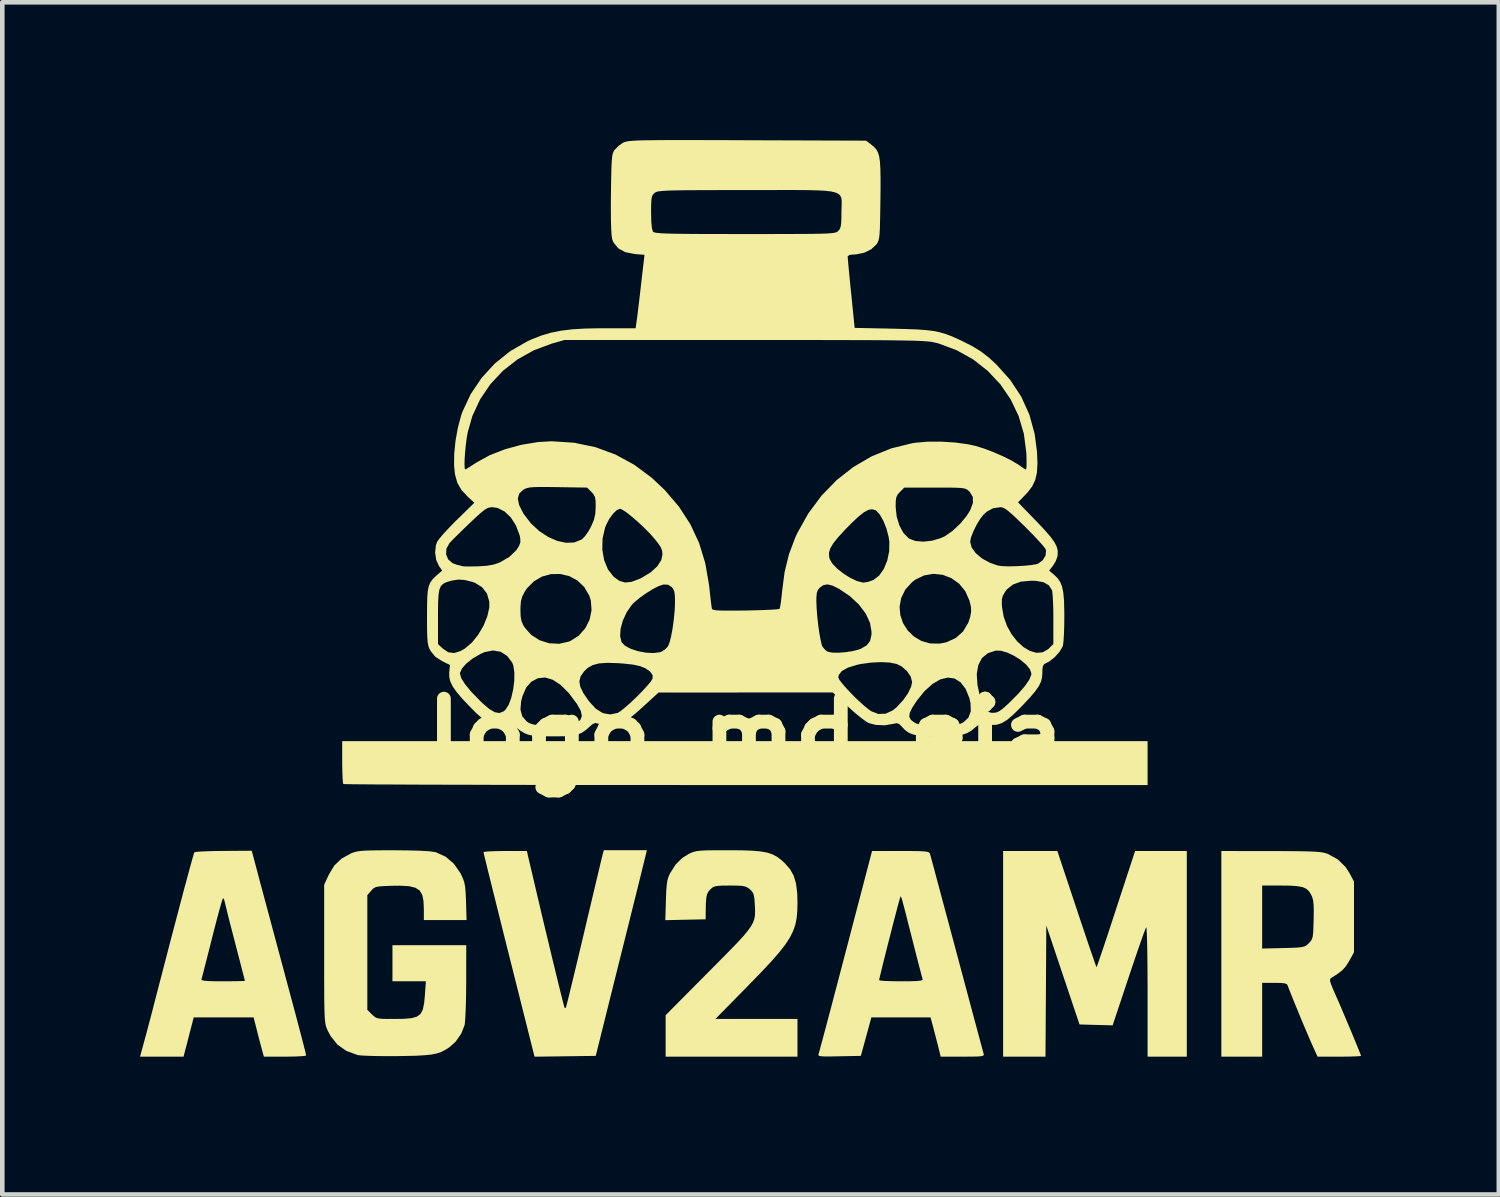
<source format=kicad_pcb>
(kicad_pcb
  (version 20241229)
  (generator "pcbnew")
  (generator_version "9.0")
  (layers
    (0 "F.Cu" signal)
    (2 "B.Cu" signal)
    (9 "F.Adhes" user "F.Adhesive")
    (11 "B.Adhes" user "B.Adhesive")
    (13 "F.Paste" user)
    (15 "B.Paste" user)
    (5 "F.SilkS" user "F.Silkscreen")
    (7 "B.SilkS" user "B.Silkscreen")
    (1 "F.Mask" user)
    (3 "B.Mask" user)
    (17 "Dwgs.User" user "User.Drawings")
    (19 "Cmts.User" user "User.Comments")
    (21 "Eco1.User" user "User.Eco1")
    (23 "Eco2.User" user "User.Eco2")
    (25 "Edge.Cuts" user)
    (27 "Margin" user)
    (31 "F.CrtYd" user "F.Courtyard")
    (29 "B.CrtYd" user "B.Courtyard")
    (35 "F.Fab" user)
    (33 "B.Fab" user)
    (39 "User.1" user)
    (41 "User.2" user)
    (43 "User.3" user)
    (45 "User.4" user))
  (footprint "logo_md_eia"
    (layer "F.Cu")
    (at 13.188 12.986)
    (property "Reference" "logo_md_eia" (at 0 0 0) (layer "F.SilkS") (effects (font (size 1.5 1.5) (thickness 0.3))))
    (attr board_only exclude_from_pos_files exclude_from_bom)
    (fp_poly (pts (xy 8.752 0.581) (xy 8.752 1.06) (xy 0.006 1.06) (xy -0.763 1.06) (xy -1.514 1.059) (xy -2.244 1.059) (xy -2.95 1.058) (xy -3.63 1.058) (xy -4.281 1.057) (xy -4.899 1.056) (xy -5.482 1.055) (xy -6.027 1.053) (xy -6.532 1.052) (xy -6.992 1.051) (xy -7.406 1.049) (xy -7.771 1.047) (xy -8.083 1.046) (xy -8.34 1.044) (xy -8.539 1.042) (xy -8.676 1.04) (xy -8.75 1.038) (xy -8.763 1.037) (xy -8.771 0.996) (xy -8.778 0.9) (xy -8.783 0.763) (xy -8.786 0.597) (xy -8.786 0.558) (xy -8.786 0.103) (xy -0.017 0.103) (xy 8.752 0.103)) (stroke (width 0) (type solid)) (fill yes) (layer "F.SilkS"))
    (fp_poly (pts (xy 7.208 3.76) (xy 7.301 4.04) (xy 7.388 4.298) (xy 7.465 4.527) (xy 7.532 4.722) (xy 7.585 4.874) (xy 7.621 4.977) (xy 7.639 5.023) (xy 7.641 5.025) (xy 7.654 4.994) (xy 7.685 4.905) (xy 7.733 4.764) (xy 7.796 4.58) (xy 7.87 4.358) (xy 7.953 4.106) (xy 8.043 3.831) (xy 8.066 3.76) (xy 8.48 2.496) (xy 9.043 2.496) (xy 9.606 2.496) (xy 9.606 4.735) (xy 9.606 6.974) (xy 9.179 6.974) (xy 8.752 6.974) (xy 8.752 5.548) (xy 8.751 5.234) (xy 8.749 4.948) (xy 8.746 4.696) (xy 8.742 4.484) (xy 8.737 4.32) (xy 8.731 4.209) (xy 8.725 4.158) (xy 8.722 4.155) (xy 8.704 4.195) (xy 8.668 4.291) (xy 8.616 4.436) (xy 8.551 4.622) (xy 8.476 4.842) (xy 8.393 5.087) (xy 8.342 5.24) (xy 7.991 6.292) (xy 7.63 6.283) (xy 7.27 6.273) (xy 6.908 5.196) (xy 6.547 4.119) (xy 6.538 5.547) (xy 6.529 6.974) (xy 6.068 6.974) (xy 5.606 6.974) (xy 5.606 4.735) (xy 5.606 2.496) (xy 6.197 2.496) (xy 6.787 2.496)) (stroke (width 0) (type solid)) (fill yes) (layer "F.SilkS"))
    (fp_poly (pts (xy -2.172 2.564) (xy -2.183 2.611) (xy -2.21 2.719) (xy -2.25 2.882) (xy -2.302 3.093) (xy -2.365 3.348) (xy -2.438 3.64) (xy -2.518 3.963) (xy -2.605 4.312) (xy -2.697 4.681) (xy -2.728 4.803) (xy -3.265 6.957) (xy -3.932 6.966) (xy -4.598 6.975) (xy -5.154 4.761) (xy -5.249 4.384) (xy -5.338 4.026) (xy -5.421 3.693) (xy -5.496 3.391) (xy -5.562 3.125) (xy -5.618 2.9) (xy -5.661 2.723) (xy -5.692 2.598) (xy -5.707 2.531) (xy -5.709 2.521) (xy -5.677 2.512) (xy -5.589 2.504) (xy -5.457 2.499) (xy -5.293 2.496) (xy -5.237 2.496) (xy -4.765 2.496) (xy -4.567 3.342) (xy -4.493 3.655) (xy -4.418 3.974) (xy -4.342 4.29) (xy -4.268 4.598) (xy -4.198 4.89) (xy -4.133 5.158) (xy -4.074 5.397) (xy -4.025 5.598) (xy -3.985 5.756) (xy -3.958 5.862) (xy -3.944 5.909) (xy -3.943 5.911) (xy -3.917 5.911) (xy -3.907 5.876) (xy -3.882 5.781) (xy -3.845 5.632) (xy -3.797 5.436) (xy -3.74 5.2) (xy -3.675 4.929) (xy -3.604 4.631) (xy -3.528 4.312) (xy -3.523 4.29) (xy -3.447 3.966) (xy -3.374 3.66) (xy -3.307 3.378) (xy -3.248 3.127) (xy -3.197 2.916) (xy -3.158 2.749) (xy -3.13 2.636) (xy -3.117 2.581) (xy -3.117 2.581) (xy -3.089 2.478) (xy -2.621 2.478) (xy -2.152 2.478)) (stroke (width 0) (type solid)) (fill yes) (layer "F.SilkS"))
    (fp_poly (pts (xy -0.376 2.479) (xy -0.089 2.481) (xy 0.141 2.489) (xy 0.322 2.505) (xy 0.466 2.53) (xy 0.583 2.568) (xy 0.683 2.622) (xy 0.777 2.692) (xy 0.856 2.765) (xy 0.968 2.894) (xy 1.047 3.036) (xy 1.097 3.207) (xy 1.123 3.419) (xy 1.128 3.624) (xy 1.124 3.8) (xy 1.11 3.957) (xy 1.081 4.102) (xy 1.032 4.242) (xy 0.96 4.384) (xy 0.861 4.536) (xy 0.729 4.705) (xy 0.561 4.897) (xy 0.352 5.12) (xy 0.099 5.382) (xy 0.05 5.432) (xy -0.659 6.153) (xy 0.235 6.153) (xy 1.128 6.153) (xy 1.128 6.564) (xy 1.128 6.974) (xy -0.308 6.974) (xy -1.743 6.974) (xy -1.743 6.522) (xy -1.743 6.071) (xy -0.808 5.129) (xy -0.559 4.878) (xy -0.354 4.67) (xy -0.188 4.499) (xy -0.058 4.358) (xy 0.04 4.241) (xy 0.111 4.143) (xy 0.159 4.057) (xy 0.188 3.978) (xy 0.202 3.899) (xy 0.205 3.815) (xy 0.202 3.719) (xy 0.199 3.668) (xy 0.19 3.532) (xy 0.174 3.445) (xy 0.147 3.387) (xy 0.1 3.337) (xy 0.091 3.329) (xy 0.041 3.292) (xy -0.013 3.268) (xy -0.089 3.254) (xy -0.201 3.249) (xy -0.345 3.248) (xy -0.503 3.249) (xy -0.609 3.255) (xy -0.678 3.268) (xy -0.727 3.293) (xy -0.77 3.331) (xy -0.771 3.332) (xy -0.814 3.382) (xy -0.842 3.441) (xy -0.859 3.524) (xy -0.867 3.646) (xy -0.87 3.812) (xy -0.872 3.983) (xy -1.311 3.992) (xy -1.75 4.002) (xy -1.737 3.565) (xy -1.73 3.372) (xy -1.719 3.232) (xy -1.703 3.13) (xy -1.679 3.051) (xy -1.65 2.987) (xy -1.526 2.791) (xy -1.384 2.649) (xy -1.239 2.559) (xy -1.181 2.532) (xy -1.125 2.512) (xy -1.059 2.497) (xy -0.973 2.488) (xy -0.856 2.482) (xy -0.698 2.48) (xy -0.486 2.479)) (stroke (width 0) (type solid)) (fill yes) (layer "F.SilkS"))
    (fp_poly (pts (xy 11.444 2.497) (xy 11.751 2.498) (xy 11.999 2.5) (xy 12.194 2.503) (xy 12.344 2.508) (xy 12.458 2.515) (xy 12.543 2.524) (xy 12.607 2.537) (xy 12.658 2.552) (xy 12.677 2.559) (xy 12.896 2.68) (xy 13.065 2.846) (xy 13.153 2.984) (xy 13.247 3.162) (xy 13.247 3.931) (xy 13.247 4.701) (xy 13.144 4.888) (xy 13.072 5.003) (xy 12.99 5.095) (xy 12.877 5.181) (xy 12.766 5.25) (xy 12.738 5.27) (xy 12.725 5.296) (xy 12.729 5.339) (xy 12.753 5.412) (xy 12.799 5.524) (xy 12.871 5.687) (xy 12.873 5.692) (xy 12.923 5.805) (xy 12.985 5.951) (xy 13.056 6.119) (xy 13.131 6.297) (xy 13.206 6.474) (xy 13.274 6.64) (xy 13.332 6.781) (xy 13.375 6.888) (xy 13.398 6.948) (xy 13.401 6.956) (xy 13.369 6.963) (xy 13.28 6.968) (xy 13.148 6.972) (xy 12.985 6.974) (xy 12.927 6.974) (xy 12.454 6.974) (xy 12.348 6.743) (xy 12.301 6.637) (xy 12.239 6.492) (xy 12.166 6.32) (xy 12.088 6.134) (xy 12.011 5.946) (xy 11.938 5.769) (xy 11.876 5.616) (xy 11.83 5.499) (xy 11.805 5.431) (xy 11.804 5.427) (xy 11.785 5.396) (xy 11.74 5.378) (xy 11.655 5.369) (xy 11.517 5.367) (xy 11.247 5.367) (xy 11.247 6.171) (xy 11.247 6.974) (xy 10.803 6.974) (xy 10.358 6.974) (xy 10.358 4.735) (xy 10.358 3.934) (xy 11.247 3.934) (xy 11.247 4.62) (xy 11.708 4.609) (xy 11.894 4.604) (xy 12.024 4.598) (xy 12.113 4.588) (xy 12.172 4.572) (xy 12.215 4.548) (xy 12.254 4.513) (xy 12.263 4.503) (xy 12.303 4.461) (xy 12.33 4.417) (xy 12.348 4.359) (xy 12.358 4.273) (xy 12.364 4.143) (xy 12.368 3.991) (xy 12.371 3.803) (xy 12.368 3.669) (xy 12.357 3.573) (xy 12.338 3.501) (xy 12.317 3.453) (xy 12.269 3.375) (xy 12.209 3.319) (xy 12.128 3.282) (xy 12.011 3.261) (xy 11.849 3.25) (xy 11.666 3.248) (xy 11.247 3.248) (xy 11.247 3.934) (xy 10.358 3.934) (xy 10.358 2.496)) (stroke (width 0) (type solid)) (fill yes) (layer "F.SilkS"))
    (fp_poly (pts (xy -10.621 2.997) (xy -10.581 3.15) (xy -10.525 3.357) (xy -10.458 3.608) (xy -10.382 3.89) (xy -10.301 4.192) (xy -10.218 4.502) (xy -10.146 4.769) (xy -10.018 5.247) (xy -9.907 5.661) (xy -9.812 6.014) (xy -9.735 6.307) (xy -9.673 6.542) (xy -9.626 6.722) (xy -9.594 6.848) (xy -9.577 6.924) (xy -9.572 6.948) (xy -9.604 6.958) (xy -9.692 6.965) (xy -9.824 6.971) (xy -9.986 6.974) (xy -10.032 6.974) (xy -10.492 6.974) (xy -10.527 6.846) (xy -10.552 6.753) (xy -10.588 6.618) (xy -10.627 6.467) (xy -10.639 6.418) (xy -10.716 6.119) (xy -11.368 6.119) (xy -12.02 6.119) (xy -12.097 6.418) (xy -12.136 6.57) (xy -12.173 6.713) (xy -12.202 6.822) (xy -12.208 6.846) (xy -12.241 6.974) (xy -12.715 6.974) (xy -13.188 6.974) (xy -13.088 6.606) (xy -13.038 6.421) (xy -12.979 6.198) (xy -12.919 5.97) (xy -12.874 5.794) (xy -12.751 5.319) (xy -12.743 5.29) (xy -11.852 5.29) (xy -11.843 5.308) (xy -11.795 5.32) (xy -11.702 5.328) (xy -11.554 5.332) (xy -11.387 5.333) (xy -11.214 5.332) (xy -11.069 5.33) (xy -10.963 5.327) (xy -10.91 5.324) (xy -10.905 5.322) (xy -10.914 5.287) (xy -10.937 5.196) (xy -10.973 5.056) (xy -11.019 4.878) (xy -11.073 4.671) (xy -11.115 4.51) (xy -11.174 4.281) (xy -11.229 4.07) (xy -11.275 3.887) (xy -11.311 3.742) (xy -11.334 3.646) (xy -11.341 3.615) (xy -11.36 3.547) (xy -11.38 3.521) (xy -11.394 3.553) (xy -11.422 3.642) (xy -11.461 3.781) (xy -11.509 3.959) (xy -11.564 4.17) (xy -11.619 4.384) (xy -11.678 4.619) (xy -11.732 4.832) (xy -11.779 5.015) (xy -11.816 5.159) (xy -11.841 5.254) (xy -11.852 5.29) (xy -12.743 5.29) (xy -12.633 4.867) (xy -12.523 4.443) (xy -12.419 4.049) (xy -12.325 3.691) (xy -12.241 3.373) (xy -12.167 3.099) (xy -12.106 2.873) (xy -12.058 2.7) (xy -12.025 2.583) (xy -12.007 2.527) (xy -12.004 2.523) (xy -11.964 2.515) (xy -11.867 2.507) (xy -11.725 2.501) (xy -11.548 2.496) (xy -11.369 2.494) (xy -10.756 2.49)) (stroke (width 0) (type solid)) (fill yes) (layer "F.SilkS"))
    (fp_poly (pts (xy 3.595 2.496) (xy 3.758 2.498) (xy 3.871 2.503) (xy 3.944 2.511) (xy 3.986 2.524) (xy 4.007 2.541) (xy 4.013 2.555) (xy 4.026 2.602) (xy 4.054 2.704) (xy 4.097 2.864) (xy 4.156 3.083) (xy 4.23 3.361) (xy 4.321 3.701) (xy 4.429 4.102) (xy 4.553 4.565) (xy 4.694 5.093) (xy 4.853 5.686) (xy 4.854 5.692) (xy 4.927 5.965) (xy 4.995 6.218) (xy 5.056 6.444) (xy 5.107 6.635) (xy 5.147 6.782) (xy 5.173 6.879) (xy 5.183 6.914) (xy 5.185 6.938) (xy 5.168 6.954) (xy 5.122 6.965) (xy 5.036 6.971) (xy 4.902 6.973) (xy 4.724 6.974) (xy 4.247 6.974) (xy 4.207 6.812) (xy 4.178 6.696) (xy 4.139 6.546) (xy 4.099 6.393) (xy 4.097 6.384) (xy 4.026 6.119) (xy 3.382 6.119) (xy 2.737 6.119) (xy 2.702 6.247) (xy 2.677 6.341) (xy 2.64 6.475) (xy 2.599 6.625) (xy 2.588 6.666) (xy 2.508 6.957) (xy 2.036 6.966) (xy 1.849 6.97) (xy 1.72 6.97) (xy 1.639 6.965) (xy 1.597 6.956) (xy 1.583 6.939) (xy 1.588 6.915) (xy 1.588 6.915) (xy 1.601 6.872) (xy 1.629 6.769) (xy 1.671 6.611) (xy 1.727 6.403) (xy 1.793 6.153) (xy 1.87 5.864) (xy 1.954 5.543) (xy 2.016 5.308) (xy 2.906 5.308) (xy 2.938 5.317) (xy 3.026 5.325) (xy 3.159 5.33) (xy 3.323 5.333) (xy 3.388 5.333) (xy 3.586 5.332) (xy 3.724 5.327) (xy 3.809 5.318) (xy 3.849 5.305) (xy 3.854 5.29) (xy 3.842 5.247) (xy 3.815 5.146) (xy 3.776 4.998) (xy 3.728 4.812) (xy 3.673 4.597) (xy 3.626 4.41) (xy 3.556 4.137) (xy 3.502 3.922) (xy 3.46 3.76) (xy 3.429 3.644) (xy 3.408 3.565) (xy 3.393 3.517) (xy 3.383 3.493) (xy 3.376 3.486) (xy 3.371 3.489) (xy 3.369 3.491) (xy 3.358 3.526) (xy 3.333 3.616) (xy 3.297 3.752) (xy 3.252 3.924) (xy 3.201 4.119) (xy 3.148 4.329) (xy 3.093 4.542) (xy 3.041 4.748) (xy 2.994 4.936) (xy 2.955 5.097) (xy 2.925 5.219) (xy 2.908 5.293) (xy 2.906 5.308) (xy 2.016 5.308) (xy 2.045 5.196) (xy 2.142 4.827) (xy 2.182 4.675) (xy 2.752 2.496) (xy 3.374 2.496)) (stroke (width 0) (type solid)) (fill yes) (layer "F.SilkS"))
    (fp_poly (pts (xy -7.341 2.483) (xy -7.087 2.49) (xy -6.897 2.501) (xy -6.774 2.517) (xy -6.745 2.524) (xy -6.533 2.62) (xy -6.353 2.774) (xy -6.213 2.976) (xy -6.205 2.991) (xy -6.16 3.087) (xy -6.129 3.173) (xy -6.11 3.267) (xy -6.099 3.388) (xy -6.091 3.555) (xy -6.09 3.598) (xy -6.078 4) (xy -6.543 4) (xy -7.008 4) (xy -7.008 3.763) (xy -7.016 3.582) (xy -7.044 3.448) (xy -7.101 3.354) (xy -7.196 3.294) (xy -7.335 3.261) (xy -7.528 3.251) (xy -7.701 3.253) (xy -7.865 3.259) (xy -7.977 3.267) (xy -8.049 3.28) (xy -8.097 3.303) (xy -8.136 3.338) (xy -8.156 3.361) (xy -8.239 3.457) (xy -8.239 4.705) (xy -8.239 5.954) (xy -8.139 6.054) (xy -8.092 6.097) (xy -8.048 6.126) (xy -7.99 6.143) (xy -7.904 6.151) (xy -7.774 6.153) (xy -7.665 6.153) (xy -7.44 6.15) (xy -7.273 6.135) (xy -7.156 6.101) (xy -7.078 6.041) (xy -7.03 5.946) (xy -7.002 5.809) (xy -6.984 5.623) (xy -6.984 5.615) (xy -6.964 5.333) (xy -7.328 5.333) (xy -7.692 5.333) (xy -7.692 4.94) (xy -7.692 4.547) (xy -6.888 4.547) (xy -6.085 4.547) (xy -6.086 5.342) (xy -6.088 5.577) (xy -6.092 5.799) (xy -6.099 5.994) (xy -6.107 6.151) (xy -6.116 6.257) (xy -6.121 6.286) (xy -6.194 6.473) (xy -6.315 6.647) (xy -6.451 6.769) (xy -6.541 6.826) (xy -6.629 6.871) (xy -6.726 6.904) (xy -6.842 6.928) (xy -6.989 6.943) (xy -7.176 6.954) (xy -7.414 6.959) (xy -7.589 6.962) (xy -7.815 6.963) (xy -8.025 6.961) (xy -8.208 6.956) (xy -8.35 6.95) (xy -8.439 6.941) (xy -8.453 6.938) (xy -8.694 6.85) (xy -8.888 6.713) (xy -9.039 6.525) (xy -9.1 6.41) (xy -9.119 6.368) (xy -9.135 6.327) (xy -9.147 6.28) (xy -9.157 6.22) (xy -9.165 6.142) (xy -9.17 6.038) (xy -9.174 5.902) (xy -9.177 5.726) (xy -9.178 5.506) (xy -9.179 5.233) (xy -9.179 4.901) (xy -9.179 4.735) (xy -9.179 3.231) (xy -9.08 3.016) (xy -8.959 2.813) (xy -8.8 2.661) (xy -8.592 2.546) (xy -8.579 2.541) (xy -8.52 2.52) (xy -8.453 2.504) (xy -8.368 2.493) (xy -8.253 2.486) (xy -8.099 2.482) (xy -7.896 2.48) (xy -7.658 2.48)) (stroke (width 0) (type solid)) (fill yes) (layer "F.SilkS"))
    (fp_poly (pts (xy -0.862 -12.985) (xy -0.441 -12.984) (xy 0.037 -12.982) (xy 2.621 -12.973) (xy 2.745 -12.879) (xy 2.802 -12.83) (xy 2.848 -12.778) (xy 2.882 -12.713) (xy 2.907 -12.628) (xy 2.924 -12.513) (xy 2.933 -12.362) (xy 2.937 -12.165) (xy 2.937 -11.914) (xy 2.934 -11.674) (xy 2.93 -11.41) (xy 2.926 -11.205) (xy 2.922 -11.051) (xy 2.915 -10.938) (xy 2.906 -10.857) (xy 2.893 -10.801) (xy 2.876 -10.759) (xy 2.854 -10.723) (xy 2.846 -10.713) (xy 2.735 -10.608) (xy 2.581 -10.533) (xy 2.406 -10.497) (xy 2.358 -10.495) (xy 2.262 -10.485) (xy 2.222 -10.457) (xy 2.221 -10.452) (xy 2.224 -10.407) (xy 2.233 -10.304) (xy 2.247 -10.154) (xy 2.265 -9.967) (xy 2.286 -9.754) (xy 2.297 -9.653) (xy 2.373 -8.896) (xy 3.195 -8.879) (xy 3.492 -8.871) (xy 3.732 -8.862) (xy 3.927 -8.848) (xy 4.09 -8.828) (xy 4.231 -8.799) (xy 4.363 -8.76) (xy 4.497 -8.709) (xy 4.645 -8.642) (xy 4.701 -8.616) (xy 4.933 -8.499) (xy 5.123 -8.382) (xy 5.296 -8.249) (xy 5.458 -8.1) (xy 5.761 -7.763) (xy 6.001 -7.398) (xy 6.179 -7.004) (xy 6.294 -6.582) (xy 6.344 -6.198) (xy 6.354 -5.946) (xy 6.343 -5.747) (xy 6.306 -5.585) (xy 6.241 -5.447) (xy 6.144 -5.319) (xy 6.107 -5.279) (xy 5.931 -5.097) (xy 6.33 -4.686) (xy 6.504 -4.502) (xy 6.633 -4.354) (xy 6.721 -4.233) (xy 6.774 -4.131) (xy 6.796 -4.039) (xy 6.793 -3.947) (xy 6.789 -3.921) (xy 6.753 -3.818) (xy 6.692 -3.716) (xy 6.688 -3.711) (xy 6.608 -3.611) (xy 6.71 -3.525) (xy 6.789 -3.449) (xy 6.847 -3.367) (xy 6.889 -3.266) (xy 6.916 -3.136) (xy 6.932 -2.965) (xy 6.938 -2.742) (xy 6.939 -2.609) (xy 6.937 -2.41) (xy 6.931 -2.23) (xy 6.922 -2.085) (xy 6.91 -1.987) (xy 6.903 -1.959) (xy 6.835 -1.842) (xy 6.729 -1.724) (xy 6.611 -1.632) (xy 6.559 -1.605) (xy 6.501 -1.574) (xy 6.472 -1.531) (xy 6.462 -1.453) (xy 6.461 -1.389) (xy 6.454 -1.286) (xy 6.43 -1.191) (xy 6.383 -1.093) (xy 6.305 -0.982) (xy 6.192 -0.848) (xy 6.035 -0.681) (xy 5.992 -0.636) (xy 5.829 -0.475) (xy 5.696 -0.362) (xy 5.579 -0.29) (xy 5.467 -0.254) (xy 5.346 -0.248) (xy 5.243 -0.259) (xy 5.14 -0.268) (xy 5.072 -0.252) (xy 5.006 -0.202) (xy 4.997 -0.194) (xy 4.91 -0.121) (xy 4.815 -0.068) (xy 4.7 -0.032) (xy 4.551 -0.011) (xy 4.357 -0.002) (xy 4.185 0) (xy 3.956 -0.003) (xy 3.782 -0.015) (xy 3.652 -0.04) (xy 3.552 -0.079) (xy 3.471 -0.137) (xy 3.404 -0.208) (xy 3.343 -0.271) (xy 3.286 -0.288) (xy 3.209 -0.272) (xy 3.025 -0.242) (xy 2.835 -0.25) (xy 2.68 -0.29) (xy 2.609 -0.332) (xy 2.503 -0.411) (xy 2.485 -0.426) (xy 3.563 -0.426) (xy 3.597 -0.361) (xy 3.666 -0.307) (xy 3.723 -0.278) (xy 3.791 -0.259) (xy 3.883 -0.247) (xy 4.014 -0.241) (xy 4.198 -0.24) (xy 4.205 -0.24) (xy 4.392 -0.241) (xy 4.525 -0.247) (xy 4.618 -0.258) (xy 4.685 -0.278) (xy 4.741 -0.306) (xy 4.85 -0.408) (xy 4.902 -0.546) (xy 4.897 -0.722) (xy 4.872 -0.832) (xy 4.789 -1.036) (xy 4.68 -1.178) (xy 4.549 -1.26) (xy 4.401 -1.281) (xy 4.239 -1.242) (xy 4.069 -1.143) (xy 3.894 -0.985) (xy 3.725 -0.775) (xy 3.626 -0.623) (xy 3.572 -0.51) (xy 3.563 -0.426) (xy 2.485 -0.426) (xy 2.376 -0.516) (xy 2.241 -0.636) (xy 2.228 -0.648) (xy 1.897 -0.956) (xy 0 -0.956) (xy -1.897 -0.955) (xy -2.25 -0.632) (xy -2.42 -0.481) (xy -2.557 -0.374) (xy -2.673 -0.302) (xy -2.782 -0.261) (xy -2.895 -0.243) (xy -2.98 -0.239) (xy -3.094 -0.249) (xy -3.196 -0.274) (xy -3.2 -0.275) (xy -3.272 -0.292) (xy -3.333 -0.268) (xy -3.381 -0.227) (xy -3.478 -0.141) (xy -3.566 -0.08) (xy -3.66 -0.04) (xy -3.775 -0.016) (xy -3.926 -0.004) (xy -4.126 -0.001) (xy -4.188 -0.001) (xy -4.393 -0.003) (xy -4.544 -0.009) (xy -4.654 -0.02) (xy -4.738 -0.039) (xy -4.806 -0.065) (xy -4.911 -0.126) (xy -5 -0.2) (xy -5.016 -0.219) (xy -5.065 -0.273) (xy -5.113 -0.293) (xy -5.186 -0.283) (xy -5.236 -0.27) (xy -5.364 -0.247) (xy -5.48 -0.253) (xy -5.594 -0.295) (xy -5.719 -0.377) (xy -5.865 -0.505) (xy -5.986 -0.626) (xy -6.162 -0.811) (xy -6.291 -0.961) (xy -6.379 -1.086) (xy -6.432 -1.195) (xy -6.455 -1.297) (xy -6.455 -1.367) (xy -6.222 -1.367) (xy -6.193 -1.267) (xy -6.109 -1.133) (xy -5.97 -0.966) (xy -5.778 -0.769) (xy -5.734 -0.726) (xy -5.585 -0.598) (xy -5.464 -0.527) (xy -5.363 -0.509) (xy -5.273 -0.544) (xy -5.232 -0.579) (xy -5.228 -0.586) (xy -4.905 -0.586) (xy -4.864 -0.436) (xy -4.769 -0.325) (xy -4.74 -0.305) (xy -4.683 -0.277) (xy -4.613 -0.257) (xy -4.516 -0.246) (xy -4.378 -0.241) (xy -4.212 -0.239) (xy -4.005 -0.242) (xy -3.856 -0.252) (xy -3.753 -0.269) (xy -3.691 -0.291) (xy -3.601 -0.358) (xy -3.567 -0.442) (xy -3.589 -0.552) (xy -3.666 -0.693) (xy -3.675 -0.708) (xy -3.853 -0.945) (xy -4.029 -1.121) (xy -4.154 -1.203) (xy -3.622 -1.203) (xy -3.603 -1.085) (xy -3.536 -0.945) (xy -3.418 -0.772) (xy -3.411 -0.764) (xy -3.263 -0.602) (xy -3.11 -0.507) (xy -2.951 -0.478) (xy -2.787 -0.512) (xy -2.721 -0.553) (xy -2.624 -0.631) (xy -2.506 -0.735) (xy -2.381 -0.854) (xy -2.259 -0.977) (xy -2.153 -1.092) (xy -2.072 -1.187) (xy -2.031 -1.252) (xy -2.028 -1.259) (xy -2.028 -1.284) (xy 2.017 -1.284) (xy 2.041 -1.232) (xy 2.106 -1.147) (xy 2.201 -1.038) (xy 2.315 -0.918) (xy 2.437 -0.797) (xy 2.558 -0.687) (xy 2.666 -0.597) (xy 2.735 -0.548) (xy 2.891 -0.488) (xy 3.05 -0.495) (xy 3.206 -0.569) (xy 3.289 -0.637) (xy 3.428 -0.788) (xy 3.536 -0.942) (xy 3.604 -1.084) (xy 3.624 -1.185) (xy 3.594 -1.303) (xy 3.558 -1.355) (xy 5.032 -1.355) (xy 5.048 -1.116) (xy 5.097 -0.891) (xy 5.15 -0.722) (xy 5.201 -0.611) (xy 5.26 -0.546) (xy 5.333 -0.517) (xy 5.393 -0.513) (xy 5.459 -0.521) (xy 5.527 -0.551) (xy 5.61 -0.614) (xy 5.723 -0.716) (xy 5.734 -0.726) (xy 5.936 -0.929) (xy 6.085 -1.102) (xy 6.181 -1.243) (xy 6.221 -1.349) (xy 6.222 -1.367) (xy 6.191 -1.46) (xy 6.109 -1.562) (xy 5.99 -1.663) (xy 5.849 -1.753) (xy 5.7 -1.824) (xy 5.558 -1.865) (xy 5.444 -1.868) (xy 5.272 -1.811) (xy 5.145 -1.705) (xy 5.065 -1.552) (xy 5.032 -1.355) (xy 3.558 -1.355) (xy 3.514 -1.421) (xy 3.4 -1.521) (xy 3.289 -1.577) (xy 3.137 -1.608) (xy 2.941 -1.618) (xy 2.721 -1.606) (xy 2.5 -1.575) (xy 2.427 -1.559) (xy 2.227 -1.498) (xy 2.093 -1.423) (xy 2.026 -1.334) (xy 2.017 -1.284) (xy -2.028 -1.284) (xy -2.027 -1.334) (xy -2.075 -1.403) (xy -2.097 -1.423) (xy -2.187 -1.485) (xy -2.301 -1.53) (xy -2.451 -1.563) (xy -2.649 -1.585) (xy -2.786 -1.595) (xy -3.017 -1.602) (xy -3.195 -1.589) (xy -3.331 -1.553) (xy -3.439 -1.492) (xy -3.518 -1.417) (xy -3.593 -1.31) (xy -3.622 -1.203) (xy -4.154 -1.203) (xy -4.202 -1.234) (xy -4.368 -1.283) (xy -4.527 -1.266) (xy -4.527 -1.266) (xy -4.67 -1.189) (xy -4.781 -1.06) (xy -4.861 -0.875) (xy -4.889 -0.769) (xy -4.905 -0.586) (xy -5.228 -0.586) (xy -5.162 -0.685) (xy -5.105 -0.839) (xy -5.063 -1.021) (xy -5.039 -1.212) (xy -5.037 -1.392) (xy -5.059 -1.541) (xy -5.083 -1.604) (xy -5.194 -1.753) (xy -5.336 -1.843) (xy -5.501 -1.871) (xy -5.683 -1.836) (xy -5.772 -1.797) (xy -5.945 -1.696) (xy -6.083 -1.587) (xy -6.178 -1.48) (xy -6.221 -1.383) (xy -6.222 -1.367) (xy -6.455 -1.367) (xy -6.455 -1.395) (xy -6.44 -1.555) (xy -6.613 -1.641) (xy -6.759 -1.735) (xy -6.856 -1.853) (xy -6.862 -1.863) (xy -6.89 -1.917) (xy -6.91 -1.972) (xy -6.924 -2.041) (xy -6.932 -2.136) (xy -6.937 -2.266) (xy -6.939 -2.446) (xy -6.939 -2.605) (xy -6.7 -2.605) (xy -6.7 -2.01) (xy -6.594 -1.911) (xy -6.476 -1.832) (xy -6.349 -1.815) (xy -6.207 -1.86) (xy -6.112 -1.915) (xy -5.961 -2.044) (xy -5.824 -2.215) (xy -5.709 -2.411) (xy -5.626 -2.615) (xy -5.595 -2.752) (xy -4.905 -2.752) (xy -4.9 -2.609) (xy -4.881 -2.507) (xy -4.842 -2.419) (xy -4.815 -2.374) (xy -4.671 -2.211) (xy -4.488 -2.094) (xy -4.28 -2.028) (xy -4.063 -2.017) (xy -3.851 -2.064) (xy -3.811 -2.081) (xy -3.654 -2.182) (xy -2.734 -2.182) (xy -2.702 -2.053) (xy -2.7 -2.049) (xy -2.626 -1.973) (xy -2.502 -1.907) (xy -2.346 -1.856) (xy -2.176 -1.824) (xy -2.011 -1.815) (xy -1.868 -1.833) (xy -1.833 -1.845) (xy -1.749 -1.898) (xy -1.692 -1.961) (xy -1.658 -2.044) (xy -1.624 -2.178) (xy -1.592 -2.348) (xy -1.566 -2.537) (xy -1.547 -2.729) (xy -1.539 -2.909) (xy -1.539 -2.931) (xy -1.542 -3.069) (xy -1.555 -3.158) (xy -1.582 -3.217) (xy -1.611 -3.251) (xy -1.685 -3.302) (xy -1.779 -3.308) (xy -1.8 -3.305) (xy -1.897 -3.272) (xy -2.026 -3.205) (xy -2.169 -3.116) (xy -2.309 -3.017) (xy -2.425 -2.92) (xy -2.482 -2.862) (xy -2.593 -2.7) (xy -2.675 -2.522) (xy -2.724 -2.344) (xy -2.734 -2.182) (xy -3.654 -2.182) (xy -3.632 -2.197) (xy -3.492 -2.356) (xy -3.398 -2.544) (xy -3.356 -2.749) (xy -3.371 -2.955) (xy -3.405 -3.064) (xy -3.516 -3.254) (xy -3.665 -3.396) (xy -3.843 -3.491) (xy -4.038 -3.537) (xy -4.238 -3.534) (xy -4.434 -3.481) (xy -4.612 -3.377) (xy -4.764 -3.223) (xy -4.814 -3.147) (xy -4.866 -3.045) (xy -4.894 -2.945) (xy -4.904 -2.819) (xy -4.905 -2.752) (xy -5.595 -2.752) (xy -5.583 -2.808) (xy -5.582 -2.931) (xy -5.633 -3.109) (xy -5.74 -3.249) (xy -5.897 -3.346) (xy -5.955 -3.366) (xy -6.12 -3.406) (xy -6.255 -3.415) (xy -6.392 -3.394) (xy -6.436 -3.383) (xy -6.525 -3.355) (xy -6.591 -3.321) (xy -6.638 -3.271) (xy -6.67 -3.197) (xy -6.688 -3.087) (xy -6.697 -2.933) (xy -6.7 -2.725) (xy -6.7 -2.605) (xy -6.939 -2.605) (xy -6.939 -2.608) (xy -6.938 -2.849) (xy -6.933 -3.033) (xy -6.922 -3.171) (xy -6.901 -3.273) (xy -6.867 -3.352) (xy -6.82 -3.419) (xy -6.754 -3.484) (xy -6.724 -3.511) (xy -6.608 -3.613) (xy -6.677 -3.707) (xy -6.739 -3.842) (xy -6.757 -3.963) (xy -6.524 -3.963) (xy -6.476 -3.852) (xy -6.379 -3.77) (xy -6.3 -3.741) (xy -6.218 -3.721) (xy -6.171 -3.707) (xy -6.123 -3.702) (xy -6.025 -3.7) (xy -5.893 -3.702) (xy -5.829 -3.703) (xy -5.636 -3.716) (xy -5.487 -3.742) (xy -5.36 -3.786) (xy -5.35 -3.79) (xy -5.149 -3.906) (xy -4.998 -4.051) (xy -4.989 -4.064) (xy -3.122 -4.064) (xy -3.082 -3.837) (xy -2.999 -3.636) (xy -2.876 -3.478) (xy -2.869 -3.472) (xy -2.749 -3.386) (xy -2.625 -3.351) (xy -2.483 -3.366) (xy -2.311 -3.431) (xy -2.265 -3.454) (xy -2.069 -3.572) (xy -1.925 -3.704) (xy -1.837 -3.842) (xy -1.812 -3.963) (xy -1.82 -4.042) (xy -1.849 -4.118) (xy -1.909 -4.209) (xy -1.99 -4.31) (xy -2.098 -4.43) (xy -2.224 -4.557) (xy -2.358 -4.681) (xy -2.488 -4.793) (xy -2.602 -4.883) (xy -2.691 -4.94) (xy -2.737 -4.957) (xy -2.807 -4.927) (xy -2.889 -4.848) (xy -2.971 -4.735) (xy -3.04 -4.602) (xy -3.063 -4.541) (xy -3.117 -4.304) (xy -3.122 -4.064) (xy -4.989 -4.064) (xy -4.936 -4.146) (xy -4.906 -4.226) (xy -4.909 -4.315) (xy -4.924 -4.385) (xy -5.003 -4.594) (xy -5.114 -4.768) (xy -5.25 -4.898) (xy -5.401 -4.974) (xy -5.514 -4.991) (xy -5.57 -4.987) (xy -5.623 -4.971) (xy -5.683 -4.936) (xy -5.762 -4.873) (xy -5.869 -4.777) (xy -6.011 -4.643) (xy -6.147 -4.513) (xy -6.271 -4.391) (xy -6.372 -4.291) (xy -6.438 -4.222) (xy -6.451 -4.208) (xy -6.517 -4.087) (xy -6.524 -3.963) (xy -6.757 -3.963) (xy -6.763 -4.004) (xy -6.746 -4.163) (xy -6.717 -4.241) (xy -6.671 -4.305) (xy -6.587 -4.405) (xy -6.473 -4.528) (xy -6.342 -4.664) (xy -6.282 -4.722) (xy -5.908 -5.088) (xy -6.005 -5.176) (xy -4.962 -5.176) (xy -4.934 -5.038) (xy -4.848 -4.868) (xy -4.825 -4.832) (xy -4.673 -4.635) (xy -4.495 -4.471) (xy -4.302 -4.344) (xy -4.104 -4.257) (xy -3.911 -4.216) (xy -3.732 -4.223) (xy -3.578 -4.285) (xy -3.56 -4.297) (xy -3.497 -4.362) (xy -3.425 -4.465) (xy -3.369 -4.565) (xy -3.306 -4.711) (xy -3.275 -4.845) (xy -3.266 -4.999) (xy -3.268 -5.127) (xy -3.281 -5.21) (xy -3.312 -5.27) (xy -3.359 -5.324) (xy -3.454 -5.418) (xy -4.094 -5.428) (xy -4.321 -5.431) (xy -4.49 -5.431) (xy -4.613 -5.428) (xy -4.7 -5.421) (xy -4.761 -5.408) (xy -4.809 -5.39) (xy -4.846 -5.369) (xy -4.933 -5.285) (xy -4.962 -5.176) (xy -6.005 -5.176) (xy -6.05 -5.217) (xy -6.188 -5.364) (xy -6.279 -5.522) (xy -6.331 -5.709) (xy -6.35 -5.897) (xy -6.35 -5.92) (xy -6.123 -5.92) (xy -6.119 -5.839) (xy -6.107 -5.812) (xy -6.075 -5.829) (xy -6 -5.875) (xy -5.897 -5.942) (xy -5.863 -5.964) (xy -5.576 -6.122) (xy -5.243 -6.252) (xy -4.885 -6.35) (xy -4.52 -6.41) (xy -4.22 -6.427) (xy -3.735 -6.395) (xy -3.274 -6.299) (xy -2.838 -6.139) (xy -2.427 -5.916) (xy -2.043 -5.63) (xy -1.76 -5.363) (xy -1.451 -5) (xy -1.204 -4.619) (xy -1.015 -4.213) (xy -0.88 -3.773) (xy -0.797 -3.293) (xy -0.788 -3.213) (xy -0.771 -3.053) (xy -0.755 -2.917) (xy -0.742 -2.818) (xy -0.734 -2.776) (xy -0.715 -2.76) (xy -0.665 -2.749) (xy -0.577 -2.742) (xy -0.443 -2.739) (xy -0.256 -2.739) (xy -0.009 -2.741) (xy -0.003 -2.741) (xy 0.212 -2.746) (xy 0.403 -2.752) (xy 0.56 -2.759) (xy 0.674 -2.767) (xy 0.732 -2.775) (xy 0.737 -2.777) (xy 0.75 -2.82) (xy 0.766 -2.915) (xy 0.769 -2.943) (xy 1.539 -2.943) (xy 1.545 -2.79) (xy 1.559 -2.612) (xy 1.579 -2.428) (xy 1.604 -2.252) (xy 1.631 -2.101) (xy 1.657 -1.992) (xy 1.672 -1.954) (xy 1.734 -1.88) (xy 1.788 -1.844) (xy 1.883 -1.825) (xy 2.021 -1.822) (xy 2.179 -1.834) (xy 2.337 -1.859) (xy 2.47 -1.894) (xy 2.507 -1.908) (xy 2.636 -1.983) (xy 2.709 -2.078) (xy 2.739 -2.21) (xy 2.741 -2.273) (xy 2.708 -2.471) (xy 2.615 -2.674) (xy 2.498 -2.828) (xy 3.352 -2.828) (xy 3.367 -2.643) (xy 3.427 -2.466) (xy 3.527 -2.308) (xy 3.662 -2.176) (xy 3.827 -2.078) (xy 4.018 -2.024) (xy 4.229 -2.021) (xy 4.373 -2.05) (xy 4.574 -2.142) (xy 4.734 -2.285) (xy 4.848 -2.476) (xy 4.89 -2.604) (xy 4.91 -2.716) (xy 4.906 -2.819) (xy 4.892 -2.879) (xy 5.578 -2.879) (xy 5.582 -2.816) (xy 5.619 -2.603) (xy 5.691 -2.404) (xy 5.791 -2.224) (xy 5.913 -2.069) (xy 6.048 -1.946) (xy 6.191 -1.861) (xy 6.332 -1.82) (xy 6.467 -1.831) (xy 6.586 -1.898) (xy 6.6 -1.912) (xy 6.7 -2.012) (xy 6.7 -2.559) (xy 6.699 -2.752) (xy 6.693 -2.925) (xy 6.685 -3.066) (xy 6.676 -3.161) (xy 6.669 -3.188) (xy 6.601 -3.291) (xy 6.487 -3.357) (xy 6.32 -3.387) (xy 6.215 -3.39) (xy 5.994 -3.37) (xy 5.823 -3.309) (xy 5.693 -3.206) (xy 5.646 -3.145) (xy 5.6 -3.065) (xy 5.579 -2.986) (xy 5.578 -2.879) (xy 4.892 -2.879) (xy 4.876 -2.947) (xy 4.874 -2.955) (xy 4.783 -3.161) (xy 4.648 -3.326) (xy 4.48 -3.446) (xy 4.29 -3.519) (xy 4.089 -3.54) (xy 3.887 -3.506) (xy 3.696 -3.414) (xy 3.623 -3.359) (xy 3.475 -3.195) (xy 3.387 -3.015) (xy 3.352 -2.828) (xy 2.498 -2.828) (xy 2.467 -2.87) (xy 2.271 -3.053) (xy 2.036 -3.212) (xy 1.889 -3.285) (xy 1.777 -3.311) (xy 1.686 -3.291) (xy 1.617 -3.242) (xy 1.573 -3.19) (xy 1.549 -3.125) (xy 1.54 -3.026) (xy 1.539 -2.943) (xy 0.769 -2.943) (xy 0.782 -3.047) (xy 0.792 -3.151) (xy 0.847 -3.576) (xy 0.941 -3.961) (xy 0.954 -3.997) (xy 1.814 -3.997) (xy 1.818 -3.906) (xy 1.83 -3.861) (xy 1.888 -3.762) (xy 1.994 -3.652) (xy 2.13 -3.545) (xy 2.28 -3.451) (xy 2.426 -3.382) (xy 2.551 -3.351) (xy 2.569 -3.35) (xy 2.666 -3.365) (xy 2.772 -3.402) (xy 2.78 -3.405) (xy 2.905 -3.5) (xy 3.008 -3.646) (xy 3.083 -3.828) (xy 3.125 -4.031) (xy 3.129 -4.238) (xy 4.889 -4.238) (xy 4.921 -4.114) (xy 5.01 -3.99) (xy 5.145 -3.876) (xy 5.316 -3.782) (xy 5.487 -3.722) (xy 5.582 -3.708) (xy 5.722 -3.703) (xy 5.885 -3.706) (xy 6.052 -3.715) (xy 6.204 -3.729) (xy 6.321 -3.748) (xy 6.37 -3.763) (xy 6.469 -3.837) (xy 6.53 -3.937) (xy 6.541 -4.043) (xy 6.533 -4.075) (xy 6.499 -4.124) (xy 6.424 -4.211) (xy 6.318 -4.326) (xy 6.189 -4.46) (xy 6.077 -4.572) (xy 5.917 -4.728) (xy 5.797 -4.84) (xy 5.707 -4.917) (xy 5.64 -4.963) (xy 5.588 -4.986) (xy 5.546 -4.991) (xy 5.389 -4.969) (xy 5.253 -4.895) (xy 5.183 -4.833) (xy 5.108 -4.739) (xy 5.031 -4.612) (xy 4.961 -4.472) (xy 4.91 -4.342) (xy 4.889 -4.244) (xy 4.889 -4.238) (xy 3.129 -4.238) (xy 3.129 -4.239) (xy 3.113 -4.346) (xy 3.064 -4.53) (xy 2.998 -4.695) (xy 2.923 -4.828) (xy 2.846 -4.913) (xy 2.82 -4.929) (xy 2.749 -4.946) (xy 2.67 -4.932) (xy 2.576 -4.881) (xy 2.46 -4.79) (xy 2.314 -4.653) (xy 2.17 -4.507) (xy 2.015 -4.339) (xy 1.907 -4.204) (xy 1.842 -4.094) (xy 1.814 -3.997) (xy 0.954 -3.997) (xy 1.078 -4.326) (xy 1.124 -4.427) (xy 1.365 -4.857) (xy 1.471 -4.999) (xy 3.266 -4.999) (xy 3.288 -4.788) (xy 3.347 -4.593) (xy 3.436 -4.43) (xy 3.548 -4.315) (xy 3.562 -4.306) (xy 3.697 -4.255) (xy 3.87 -4.241) (xy 4.06 -4.262) (xy 4.246 -4.317) (xy 4.339 -4.36) (xy 4.505 -4.475) (xy 4.67 -4.63) (xy 4.813 -4.802) (xy 4.891 -4.928) (xy 4.949 -5.086) (xy 4.945 -5.216) (xy 4.88 -5.324) (xy 4.869 -5.336) (xy 4.836 -5.364) (xy 4.802 -5.385) (xy 4.756 -5.4) (xy 4.687 -5.41) (xy 4.586 -5.415) (xy 4.442 -5.418) (xy 4.245 -5.418) (xy 4.117 -5.418) (xy 3.454 -5.418) (xy 3.36 -5.324) (xy 3.308 -5.265) (xy 3.279 -5.203) (xy 3.268 -5.117) (xy 3.266 -4.999) (xy 1.471 -4.999) (xy 1.652 -5.243) (xy 1.981 -5.581) (xy 2.346 -5.867) (xy 2.743 -6.098) (xy 3.167 -6.271) (xy 3.615 -6.382) (xy 3.695 -6.395) (xy 3.958 -6.418) (xy 4.255 -6.419) (xy 4.56 -6.4) (xy 4.843 -6.361) (xy 5.008 -6.325) (xy 5.191 -6.268) (xy 5.394 -6.191) (xy 5.598 -6.102) (xy 5.783 -6.01) (xy 5.929 -5.924) (xy 5.972 -5.895) (xy 6.046 -5.842) (xy 6.098 -5.813) (xy 6.105 -5.812) (xy 6.113 -5.843) (xy 6.117 -5.929) (xy 6.116 -6.056) (xy 6.111 -6.179) (xy 6.058 -6.588) (xy 5.944 -6.976) (xy 5.771 -7.338) (xy 5.546 -7.667) (xy 5.272 -7.959) (xy 4.955 -8.208) (xy 4.598 -8.408) (xy 4.207 -8.554) (xy 4.154 -8.568) (xy 4.114 -8.578) (xy 4.071 -8.587) (xy 4.02 -8.595) (xy 3.957 -8.601) (xy 3.879 -8.607) (xy 3.781 -8.612) (xy 3.66 -8.617) (xy 3.511 -8.62) (xy 3.331 -8.623) (xy 3.117 -8.626) (xy 2.863 -8.628) (xy 2.566 -8.629) (xy 2.222 -8.63) (xy 1.828 -8.631) (xy 1.379 -8.632) (xy 0.871 -8.632) (xy 0.301 -8.632) (xy -0.017 -8.632) (xy -3.948 -8.632) (xy -4.224 -8.553) (xy -4.614 -8.408) (xy -4.971 -8.208) (xy -5.288 -7.96) (xy -5.561 -7.668) (xy -5.784 -7.338) (xy -5.952 -6.976) (xy -6.053 -6.622) (xy -6.076 -6.491) (xy -6.095 -6.341) (xy -6.11 -6.186) (xy -6.12 -6.041) (xy -6.123 -5.92) (xy -6.35 -5.92) (xy -6.347 -6.158) (xy -6.317 -6.449) (xy -6.263 -6.742) (xy -6.191 -7.005) (xy -6.169 -7.067) (xy -5.988 -7.454) (xy -5.75 -7.807) (xy -5.462 -8.121) (xy -5.129 -8.388) (xy -4.757 -8.602) (xy -4.645 -8.653) (xy -4.443 -8.731) (xy -4.241 -8.791) (xy -4.026 -8.834) (xy -3.785 -8.864) (xy -3.506 -8.881) (xy -3.174 -8.888) (xy -3.087 -8.888) (xy -2.397 -8.888) (xy -2.376 -9.034) (xy -2.365 -9.113) (xy -2.348 -9.248) (xy -2.327 -9.422) (xy -2.303 -9.624) (xy -2.279 -9.833) (xy -2.203 -10.487) (xy -2.418 -10.504) (xy -2.622 -10.545) (xy -2.776 -10.629) (xy -2.878 -10.755) (xy -2.907 -10.829) (xy -2.92 -10.914) (xy -2.929 -11.064) (xy -2.935 -11.276) (xy -2.935 -11.408) (xy -2.06 -11.408) (xy -2.055 -11.204) (xy -2.042 -11.066) (xy -2.019 -10.994) (xy -2.017 -10.991) (xy -2.001 -10.98) (xy -1.969 -10.97) (xy -1.916 -10.963) (xy -1.837 -10.956) (xy -1.726 -10.951) (xy -1.58 -10.947) (xy -1.391 -10.944) (xy -1.157 -10.942) (xy -0.87 -10.94) (xy -0.526 -10.94) (xy -0.121 -10.939) (xy -0.013 -10.939) (xy 0.403 -10.939) (xy 0.755 -10.94) (xy 1.05 -10.941) (xy 1.293 -10.942) (xy 1.489 -10.944) (xy 1.644 -10.947) (xy 1.762 -10.951) (xy 1.85 -10.957) (xy 1.913 -10.964) (xy 1.956 -10.973) (xy 1.985 -10.983) (xy 2.004 -10.996) (xy 2.017 -11.008) (xy 2.049 -11.048) (xy 2.069 -11.103) (xy 2.08 -11.186) (xy 2.085 -11.313) (xy 2.085 -11.418) (xy 2.088 -11.517) (xy 2.091 -11.602) (xy 2.09 -11.673) (xy 2.081 -11.732) (xy 2.057 -11.78) (xy 2.014 -11.818) (xy 1.948 -11.846) (xy 1.852 -11.868) (xy 1.723 -11.882) (xy 1.554 -11.891) (xy 1.341 -11.896) (xy 1.079 -11.898) (xy 0.763 -11.898) (xy 0.389 -11.897) (xy 0.021 -11.897) (xy -0.392 -11.897) (xy -0.742 -11.896) (xy -1.035 -11.895) (xy -1.275 -11.894) (xy -1.469 -11.891) (xy -1.622 -11.888) (xy -1.739 -11.883) (xy -1.826 -11.877) (xy -1.888 -11.87) (xy -1.931 -11.861) (xy -1.96 -11.85) (xy -1.98 -11.837) (xy -1.983 -11.835) (xy -2.017 -11.802) (xy -2.04 -11.76) (xy -2.052 -11.695) (xy -2.058 -11.593) (xy -2.06 -11.439) (xy -2.06 -11.408) (xy -2.935 -11.408) (xy -2.936 -11.547) (xy -2.934 -11.817) (xy -2.93 -12.084) (xy -2.926 -12.29) (xy -2.921 -12.446) (xy -2.914 -12.56) (xy -2.905 -12.641) (xy -2.893 -12.697) (xy -2.876 -12.737) (xy -2.855 -12.771) (xy -2.852 -12.774) (xy -2.771 -12.857) (xy -2.671 -12.928) (xy -2.664 -12.931) (xy -2.639 -12.942) (xy -2.606 -12.952) (xy -2.562 -12.96) (xy -2.502 -12.967) (xy -2.421 -12.973) (xy -2.313 -12.978) (xy -2.176 -12.981) (xy -2.002 -12.983) (xy -1.789 -12.985) (xy -1.531 -12.986) (xy -1.223 -12.986)) (stroke (width 0) (type solid)) (fill yes) (layer "F.SilkS")))
  (gr_rect
    (start -3 -3)
    (end 29.589 22.961)
    (stroke (width 0.1) (type default))
    (fill no)
    (layer "Edge.Cuts")))
</source>
